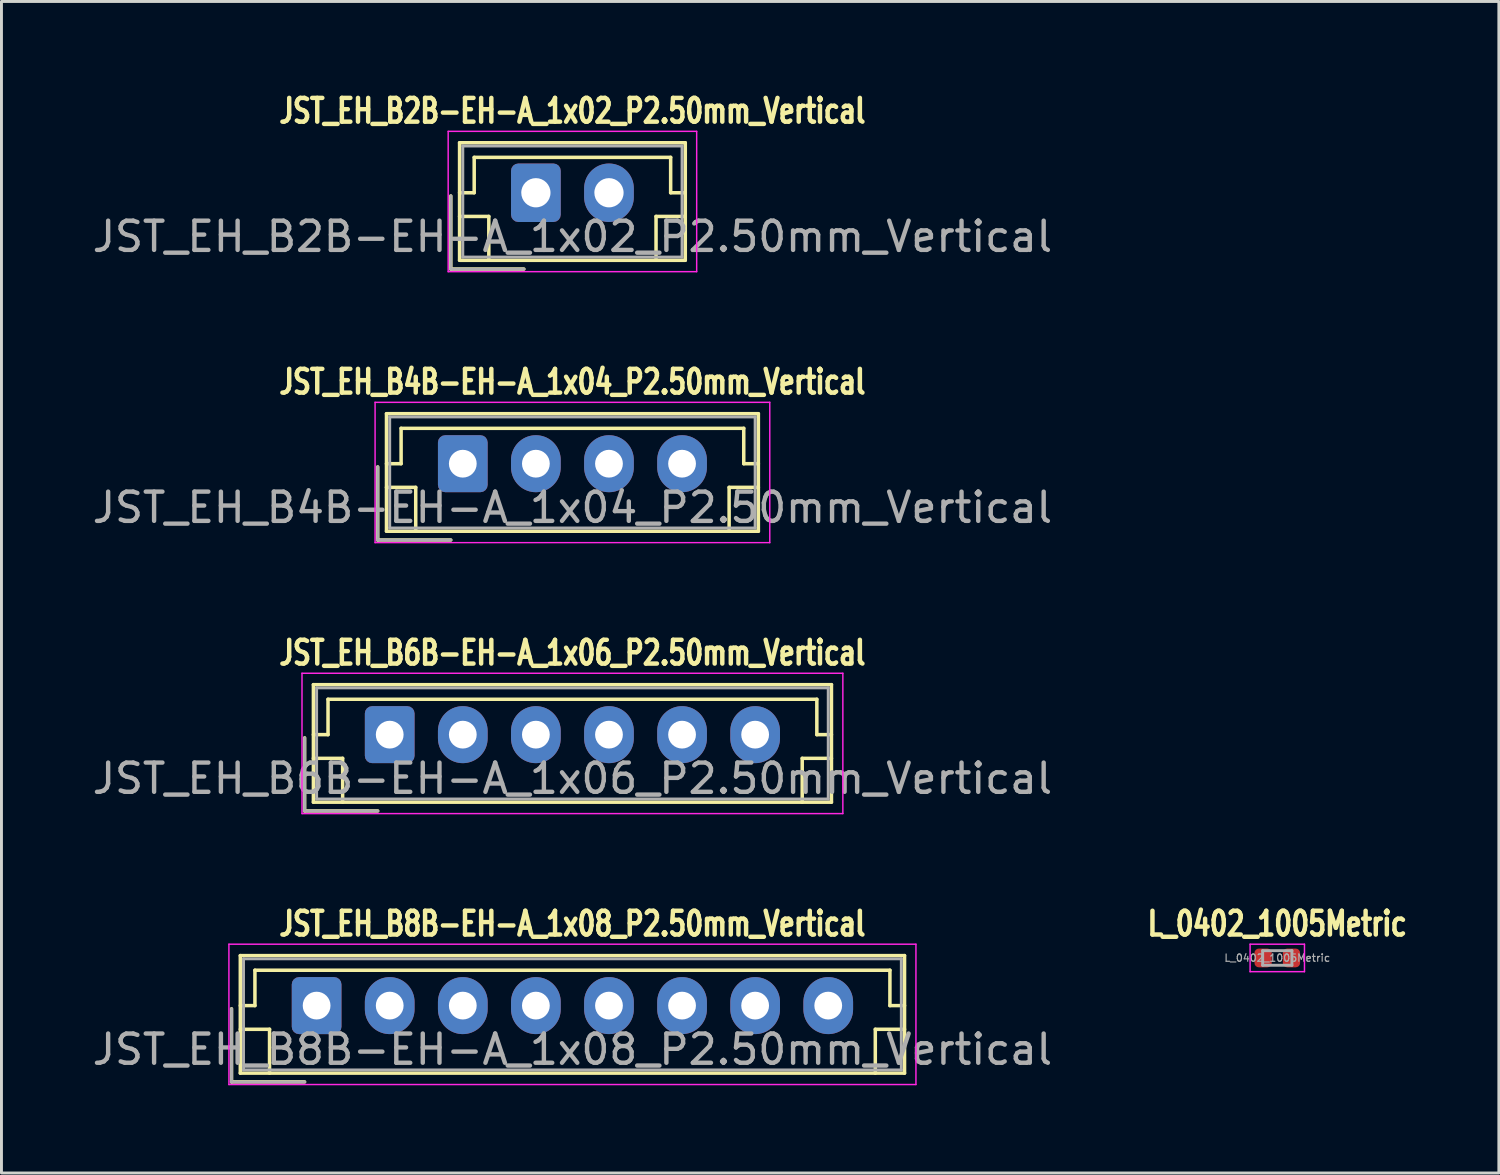
<source format=kicad_pcb>
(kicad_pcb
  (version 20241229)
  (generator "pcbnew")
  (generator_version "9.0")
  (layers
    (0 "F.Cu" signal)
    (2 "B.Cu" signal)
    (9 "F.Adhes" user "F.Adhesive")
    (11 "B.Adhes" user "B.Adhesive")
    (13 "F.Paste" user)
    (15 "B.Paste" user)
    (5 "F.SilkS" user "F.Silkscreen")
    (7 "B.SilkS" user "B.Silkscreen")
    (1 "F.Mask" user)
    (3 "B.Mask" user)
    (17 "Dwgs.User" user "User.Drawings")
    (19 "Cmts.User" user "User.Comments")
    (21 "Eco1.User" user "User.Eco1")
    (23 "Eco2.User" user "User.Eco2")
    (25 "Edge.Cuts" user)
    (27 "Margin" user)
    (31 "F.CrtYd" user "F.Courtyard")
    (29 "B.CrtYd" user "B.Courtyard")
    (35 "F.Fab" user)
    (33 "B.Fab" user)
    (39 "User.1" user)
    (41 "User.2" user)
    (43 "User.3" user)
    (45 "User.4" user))
  (footprint "JST_EH_B4B-EH-A_1x04_P2.50mm_Vertical"
    (layer "F.Cu")
    (at 12.78 12.811)
    (property "Reference" "JST_EH_B4B-EH-A_1x04_P2.50mm_Vertical" (at 3.75 -2.8 0) (layer "F.SilkS") (effects (font (size 0.813 0.61) (thickness 0.152))))
    (attr through_hole)
    (fp_line (start -2.91 0.11) (end -2.91 2.61) (stroke (width 0.12) (type solid)) (layer "F.SilkS"))
    (fp_line (start -2.91 2.61) (end -0.41 2.61) (stroke (width 0.12) (type solid)) (layer "F.SilkS"))
    (fp_line (start -2.61 -1.71) (end -2.61 2.31) (stroke (width 0.12) (type solid)) (layer "F.SilkS"))
    (fp_line (start -2.61 0) (end -2.11 0) (stroke (width 0.12) (type solid)) (layer "F.SilkS"))
    (fp_line (start -2.61 0.81) (end -1.61 0.81) (stroke (width 0.12) (type solid)) (layer "F.SilkS"))
    (fp_line (start -2.61 2.31) (end 10.11 2.31) (stroke (width 0.12) (type solid)) (layer "F.SilkS"))
    (fp_line (start -2.11 -1.21) (end 9.61 -1.21) (stroke (width 0.12) (type solid)) (layer "F.SilkS"))
    (fp_line (start -2.11 0) (end -2.11 -1.21) (stroke (width 0.12) (type solid)) (layer "F.SilkS"))
    (fp_line (start -1.61 0.81) (end -1.61 2.31) (stroke (width 0.12) (type solid)) (layer "F.SilkS"))
    (fp_line (start 9.11 0.81) (end 9.11 2.31) (stroke (width 0.12) (type solid)) (layer "F.SilkS"))
    (fp_line (start 9.61 -1.21) (end 9.61 0) (stroke (width 0.12) (type solid)) (layer "F.SilkS"))
    (fp_line (start 9.61 0) (end 10.11 0) (stroke (width 0.12) (type solid)) (layer "F.SilkS"))
    (fp_line (start 10.11 -1.71) (end -2.61 -1.71) (stroke (width 0.12) (type solid)) (layer "F.SilkS"))
    (fp_line (start 10.11 0.81) (end 9.11 0.81) (stroke (width 0.12) (type solid)) (layer "F.SilkS"))
    (fp_line (start 10.11 2.31) (end 10.11 -1.71) (stroke (width 0.12) (type solid)) (layer "F.SilkS"))
    (fp_line (start -3 -2.1) (end -3 2.7) (stroke (width 0.05) (type solid)) (layer "F.CrtYd"))
    (fp_line (start -3 2.7) (end 10.5 2.7) (stroke (width 0.05) (type solid)) (layer "F.CrtYd"))
    (fp_line (start 10.5 -2.1) (end -3 -2.1) (stroke (width 0.05) (type solid)) (layer "F.CrtYd"))
    (fp_line (start 10.5 2.7) (end 10.5 -2.1) (stroke (width 0.05) (type solid)) (layer "F.CrtYd"))
    (fp_line (start -2.91 0.11) (end -2.91 2.61) (stroke (width 0.1) (type solid)) (layer "F.Fab"))
    (fp_line (start -2.91 2.61) (end -0.41 2.61) (stroke (width 0.1) (type solid)) (layer "F.Fab"))
    (fp_line (start -2.5 -1.6) (end -2.5 2.2) (stroke (width 0.1) (type solid)) (layer "F.Fab"))
    (fp_line (start -2.5 2.2) (end 10 2.2) (stroke (width 0.1) (type solid)) (layer "F.Fab"))
    (fp_line (start 10 -1.6) (end -2.5 -1.6) (stroke (width 0.1) (type solid)) (layer "F.Fab"))
    (fp_line (start 10 2.2) (end 10 -1.6) (stroke (width 0.1) (type solid)) (layer "F.Fab"))
    (fp_text user "${REFERENCE}" (at 3.75 1.5 0) (layer "F.Fab") (effects (font (size 1 1) (thickness 0.15))))
    (pad "1" thru_hole roundrect (at 0 0) (size 1.7 1.95) (drill 0.95) (layers "*.Cu" "*.Mask") (roundrect_rratio 0.147))
    (pad "2" thru_hole oval (at 2.5 0) (size 1.7 1.95) (drill 0.95) (layers "*.Cu" "*.Mask"))
    (pad "3" thru_hole oval (at 5 0) (size 1.7 1.95) (drill 0.95) (layers "*.Cu" "*.Mask"))
    (pad "4" thru_hole oval (at 7.5 0) (size 1.7 1.95) (drill 0.95) (layers "*.Cu" "*.Mask")))
  (footprint "L_0402_1005Metric"
    (layer "F.Cu")
    (at 40.64 29.717)
    (property "Reference" "L_0402_1005Metric" (at 0 -1.17 0) (layer "F.SilkS") (effects (font (size 0.813 0.61) (thickness 0.152))))
    (attr smd)
    (fp_line (start -0.93 -0.47) (end 0.93 -0.47) (stroke (width 0.05) (type solid)) (layer "F.CrtYd"))
    (fp_line (start -0.93 0.47) (end -0.93 -0.47) (stroke (width 0.05) (type solid)) (layer "F.CrtYd"))
    (fp_line (start 0.93 -0.47) (end 0.93 0.47) (stroke (width 0.05) (type solid)) (layer "F.CrtYd"))
    (fp_line (start 0.93 0.47) (end -0.93 0.47) (stroke (width 0.05) (type solid)) (layer "F.CrtYd"))
    (fp_line (start -0.5 -0.25) (end 0.5 -0.25) (stroke (width 0.1) (type solid)) (layer "F.Fab"))
    (fp_line (start -0.5 0.25) (end -0.5 -0.25) (stroke (width 0.1) (type solid)) (layer "F.Fab"))
    (fp_line (start 0.5 -0.25) (end 0.5 0.25) (stroke (width 0.1) (type solid)) (layer "F.Fab"))
    (fp_line (start 0.5 0.25) (end -0.5 0.25) (stroke (width 0.1) (type solid)) (layer "F.Fab"))
    (fp_text user "${REFERENCE}" (at 0 0 0) (layer "F.Fab") (effects (font (size 0.25 0.25) (thickness 0.04))))
    (pad "1" smd roundrect (at -0.485 0) (size 0.59 0.64) (layers "F.Cu" "F.Mask" "F.Paste") (roundrect_rratio 0.25))
    (pad "2" smd roundrect (at 0.485 0) (size 0.59 0.64) (layers "F.Cu" "F.Mask" "F.Paste") (roundrect_rratio 0.25)))
  (footprint "JST_EH_B2B-EH-A_1x02_P2.50mm_Vertical"
    (layer "F.Cu")
    (at 15.28 3.543)
    (property "Reference" "JST_EH_B2B-EH-A_1x02_P2.50mm_Vertical" (at 1.25 -2.8 0) (layer "F.SilkS") (effects (font (size 0.813 0.61) (thickness 0.152))))
    (attr through_hole)
    (fp_line (start -2.91 0.11) (end -2.91 2.61) (stroke (width 0.12) (type solid)) (layer "F.SilkS"))
    (fp_line (start -2.91 2.61) (end -0.41 2.61) (stroke (width 0.12) (type solid)) (layer "F.SilkS"))
    (fp_line (start -2.61 -1.71) (end -2.61 2.31) (stroke (width 0.12) (type solid)) (layer "F.SilkS"))
    (fp_line (start -2.61 0) (end -2.11 0) (stroke (width 0.12) (type solid)) (layer "F.SilkS"))
    (fp_line (start -2.61 0.81) (end -1.61 0.81) (stroke (width 0.12) (type solid)) (layer "F.SilkS"))
    (fp_line (start -2.61 2.31) (end 5.11 2.31) (stroke (width 0.12) (type solid)) (layer "F.SilkS"))
    (fp_line (start -2.11 -1.21) (end 4.61 -1.21) (stroke (width 0.12) (type solid)) (layer "F.SilkS"))
    (fp_line (start -2.11 0) (end -2.11 -1.21) (stroke (width 0.12) (type solid)) (layer "F.SilkS"))
    (fp_line (start -1.61 0.81) (end -1.61 2.31) (stroke (width 0.12) (type solid)) (layer "F.SilkS"))
    (fp_line (start 4.11 0.81) (end 4.11 2.31) (stroke (width 0.12) (type solid)) (layer "F.SilkS"))
    (fp_line (start 4.61 -1.21) (end 4.61 0) (stroke (width 0.12) (type solid)) (layer "F.SilkS"))
    (fp_line (start 4.61 0) (end 5.11 0) (stroke (width 0.12) (type solid)) (layer "F.SilkS"))
    (fp_line (start 5.11 -1.71) (end -2.61 -1.71) (stroke (width 0.12) (type solid)) (layer "F.SilkS"))
    (fp_line (start 5.11 0.81) (end 4.11 0.81) (stroke (width 0.12) (type solid)) (layer "F.SilkS"))
    (fp_line (start 5.11 2.31) (end 5.11 -1.71) (stroke (width 0.12) (type solid)) (layer "F.SilkS"))
    (fp_line (start -3 -2.1) (end -3 2.7) (stroke (width 0.05) (type solid)) (layer "F.CrtYd"))
    (fp_line (start -3 2.7) (end 5.5 2.7) (stroke (width 0.05) (type solid)) (layer "F.CrtYd"))
    (fp_line (start 5.5 -2.1) (end -3 -2.1) (stroke (width 0.05) (type solid)) (layer "F.CrtYd"))
    (fp_line (start 5.5 2.7) (end 5.5 -2.1) (stroke (width 0.05) (type solid)) (layer "F.CrtYd"))
    (fp_line (start -2.91 0.11) (end -2.91 2.61) (stroke (width 0.1) (type solid)) (layer "F.Fab"))
    (fp_line (start -2.91 2.61) (end -0.41 2.61) (stroke (width 0.1) (type solid)) (layer "F.Fab"))
    (fp_line (start -2.5 -1.6) (end -2.5 2.2) (stroke (width 0.1) (type solid)) (layer "F.Fab"))
    (fp_line (start -2.5 2.2) (end 5 2.2) (stroke (width 0.1) (type solid)) (layer "F.Fab"))
    (fp_line (start 5 -1.6) (end -2.5 -1.6) (stroke (width 0.1) (type solid)) (layer "F.Fab"))
    (fp_line (start 5 2.2) (end 5 -1.6) (stroke (width 0.1) (type solid)) (layer "F.Fab"))
    (fp_text user "${REFERENCE}" (at 1.25 1.5 0) (layer "F.Fab") (effects (font (size 1 1) (thickness 0.15))))
    (pad "1" thru_hole roundrect (at 0 0) (size 1.7 2) (drill 1) (layers "*.Cu" "*.Mask") (roundrect_rratio 0.147))
    (pad "2" thru_hole oval (at 2.5 0) (size 1.7 2) (drill 1) (layers "*.Cu" "*.Mask")))
  (footprint "JST_EH_B6B-EH-A_1x06_P2.50mm_Vertical"
    (layer "F.Cu")
    (at 10.28 22.079)
    (property "Reference" "JST_EH_B6B-EH-A_1x06_P2.50mm_Vertical" (at 6.25 -2.8 0) (layer "F.SilkS") (effects (font (size 0.813 0.61) (thickness 0.152))))
    (attr through_hole)
    (fp_line (start -2.91 0.11) (end -2.91 2.61) (stroke (width 0.12) (type solid)) (layer "F.SilkS"))
    (fp_line (start -2.91 2.61) (end -0.41 2.61) (stroke (width 0.12) (type solid)) (layer "F.SilkS"))
    (fp_line (start -2.61 -1.71) (end -2.61 2.31) (stroke (width 0.12) (type solid)) (layer "F.SilkS"))
    (fp_line (start -2.61 0) (end -2.11 0) (stroke (width 0.12) (type solid)) (layer "F.SilkS"))
    (fp_line (start -2.61 0.81) (end -1.61 0.81) (stroke (width 0.12) (type solid)) (layer "F.SilkS"))
    (fp_line (start -2.61 2.31) (end 15.11 2.31) (stroke (width 0.12) (type solid)) (layer "F.SilkS"))
    (fp_line (start -2.11 -1.21) (end 14.61 -1.21) (stroke (width 0.12) (type solid)) (layer "F.SilkS"))
    (fp_line (start -2.11 0) (end -2.11 -1.21) (stroke (width 0.12) (type solid)) (layer "F.SilkS"))
    (fp_line (start -1.61 0.81) (end -1.61 2.31) (stroke (width 0.12) (type solid)) (layer "F.SilkS"))
    (fp_line (start 14.11 0.81) (end 14.11 2.31) (stroke (width 0.12) (type solid)) (layer "F.SilkS"))
    (fp_line (start 14.61 -1.21) (end 14.61 0) (stroke (width 0.12) (type solid)) (layer "F.SilkS"))
    (fp_line (start 14.61 0) (end 15.11 0) (stroke (width 0.12) (type solid)) (layer "F.SilkS"))
    (fp_line (start 15.11 -1.71) (end -2.61 -1.71) (stroke (width 0.12) (type solid)) (layer "F.SilkS"))
    (fp_line (start 15.11 0.81) (end 14.11 0.81) (stroke (width 0.12) (type solid)) (layer "F.SilkS"))
    (fp_line (start 15.11 2.31) (end 15.11 -1.71) (stroke (width 0.12) (type solid)) (layer "F.SilkS"))
    (fp_line (start -3 -2.1) (end -3 2.7) (stroke (width 0.05) (type solid)) (layer "F.CrtYd"))
    (fp_line (start -3 2.7) (end 15.5 2.7) (stroke (width 0.05) (type solid)) (layer "F.CrtYd"))
    (fp_line (start 15.5 -2.1) (end -3 -2.1) (stroke (width 0.05) (type solid)) (layer "F.CrtYd"))
    (fp_line (start 15.5 2.7) (end 15.5 -2.1) (stroke (width 0.05) (type solid)) (layer "F.CrtYd"))
    (fp_line (start -2.91 0.11) (end -2.91 2.61) (stroke (width 0.1) (type solid)) (layer "F.Fab"))
    (fp_line (start -2.91 2.61) (end -0.41 2.61) (stroke (width 0.1) (type solid)) (layer "F.Fab"))
    (fp_line (start -2.5 -1.6) (end -2.5 2.2) (stroke (width 0.1) (type solid)) (layer "F.Fab"))
    (fp_line (start -2.5 2.2) (end 15 2.2) (stroke (width 0.1) (type solid)) (layer "F.Fab"))
    (fp_line (start 15 -1.6) (end -2.5 -1.6) (stroke (width 0.1) (type solid)) (layer "F.Fab"))
    (fp_line (start 15 2.2) (end 15 -1.6) (stroke (width 0.1) (type solid)) (layer "F.Fab"))
    (fp_text user "${REFERENCE}" (at 6.25 1.5 0) (layer "F.Fab") (effects (font (size 1 1) (thickness 0.15))))
    (pad "1" thru_hole roundrect (at 0 0) (size 1.7 1.95) (drill 0.95) (layers "*.Cu" "*.Mask") (roundrect_rratio 0.147))
    (pad "2" thru_hole oval (at 2.5 0) (size 1.7 1.95) (drill 0.95) (layers "*.Cu" "*.Mask"))
    (pad "3" thru_hole oval (at 5 0) (size 1.7 1.95) (drill 0.95) (layers "*.Cu" "*.Mask"))
    (pad "4" thru_hole oval (at 7.5 0) (size 1.7 1.95) (drill 0.95) (layers "*.Cu" "*.Mask"))
    (pad "5" thru_hole oval (at 10 0) (size 1.7 1.95) (drill 0.95) (layers "*.Cu" "*.Mask"))
    (pad "6" thru_hole oval (at 12.5 0) (size 1.7 1.95) (drill 0.95) (layers "*.Cu" "*.Mask")))
  (footprint "JST_EH_B8B-EH-A_1x08_P2.50mm_Vertical"
    (layer "F.Cu")
    (at 7.78 31.347)
    (property "Reference" "JST_EH_B8B-EH-A_1x08_P2.50mm_Vertical" (at 8.75 -2.8 0) (layer "F.SilkS") (effects (font (size 0.813 0.61) (thickness 0.152))))
    (attr through_hole)
    (fp_line (start -2.91 0.11) (end -2.91 2.61) (stroke (width 0.12) (type solid)) (layer "F.SilkS"))
    (fp_line (start -2.91 2.61) (end -0.41 2.61) (stroke (width 0.12) (type solid)) (layer "F.SilkS"))
    (fp_line (start -2.61 -1.71) (end -2.61 2.31) (stroke (width 0.12) (type solid)) (layer "F.SilkS"))
    (fp_line (start -2.61 0) (end -2.11 0) (stroke (width 0.12) (type solid)) (layer "F.SilkS"))
    (fp_line (start -2.61 0.81) (end -1.61 0.81) (stroke (width 0.12) (type solid)) (layer "F.SilkS"))
    (fp_line (start -2.61 2.31) (end 20.11 2.31) (stroke (width 0.12) (type solid)) (layer "F.SilkS"))
    (fp_line (start -2.11 -1.21) (end 19.61 -1.21) (stroke (width 0.12) (type solid)) (layer "F.SilkS"))
    (fp_line (start -2.11 0) (end -2.11 -1.21) (stroke (width 0.12) (type solid)) (layer "F.SilkS"))
    (fp_line (start -1.61 0.81) (end -1.61 2.31) (stroke (width 0.12) (type solid)) (layer "F.SilkS"))
    (fp_line (start 19.11 0.81) (end 19.11 2.31) (stroke (width 0.12) (type solid)) (layer "F.SilkS"))
    (fp_line (start 19.61 -1.21) (end 19.61 0) (stroke (width 0.12) (type solid)) (layer "F.SilkS"))
    (fp_line (start 19.61 0) (end 20.11 0) (stroke (width 0.12) (type solid)) (layer "F.SilkS"))
    (fp_line (start 20.11 -1.71) (end -2.61 -1.71) (stroke (width 0.12) (type solid)) (layer "F.SilkS"))
    (fp_line (start 20.11 0.81) (end 19.11 0.81) (stroke (width 0.12) (type solid)) (layer "F.SilkS"))
    (fp_line (start 20.11 2.31) (end 20.11 -1.71) (stroke (width 0.12) (type solid)) (layer "F.SilkS"))
    (fp_line (start -3 -2.1) (end -3 2.7) (stroke (width 0.05) (type solid)) (layer "F.CrtYd"))
    (fp_line (start -3 2.7) (end 20.5 2.7) (stroke (width 0.05) (type solid)) (layer "F.CrtYd"))
    (fp_line (start 20.5 -2.1) (end -3 -2.1) (stroke (width 0.05) (type solid)) (layer "F.CrtYd"))
    (fp_line (start 20.5 2.7) (end 20.5 -2.1) (stroke (width 0.05) (type solid)) (layer "F.CrtYd"))
    (fp_line (start -2.91 0.11) (end -2.91 2.61) (stroke (width 0.1) (type solid)) (layer "F.Fab"))
    (fp_line (start -2.91 2.61) (end -0.41 2.61) (stroke (width 0.1) (type solid)) (layer "F.Fab"))
    (fp_line (start -2.5 -1.6) (end -2.5 2.2) (stroke (width 0.1) (type solid)) (layer "F.Fab"))
    (fp_line (start -2.5 2.2) (end 20 2.2) (stroke (width 0.1) (type solid)) (layer "F.Fab"))
    (fp_line (start 20 -1.6) (end -2.5 -1.6) (stroke (width 0.1) (type solid)) (layer "F.Fab"))
    (fp_line (start 20 2.2) (end 20 -1.6) (stroke (width 0.1) (type solid)) (layer "F.Fab"))
    (fp_text user "${REFERENCE}" (at 8.75 1.5 0) (layer "F.Fab") (effects (font (size 1 1) (thickness 0.15))))
    (pad "1" thru_hole roundrect (at 0 0) (size 1.7 1.95) (drill 0.95) (layers "*.Cu" "*.Mask") (roundrect_rratio 0.147))
    (pad "2" thru_hole oval (at 2.5 0) (size 1.7 1.95) (drill 0.95) (layers "*.Cu" "*.Mask"))
    (pad "3" thru_hole oval (at 5 0) (size 1.7 1.95) (drill 0.95) (layers "*.Cu" "*.Mask"))
    (pad "4" thru_hole oval (at 7.5 0) (size 1.7 1.95) (drill 0.95) (layers "*.Cu" "*.Mask"))
    (pad "5" thru_hole oval (at 10 0) (size 1.7 1.95) (drill 0.95) (layers "*.Cu" "*.Mask"))
    (pad "6" thru_hole oval (at 12.5 0) (size 1.7 1.95) (drill 0.95) (layers "*.Cu" "*.Mask"))
    (pad "7" thru_hole oval (at 15 0) (size 1.7 1.95) (drill 0.95) (layers "*.Cu" "*.Mask"))
    (pad "8" thru_hole oval (at 17.5 0) (size 1.7 1.95) (drill 0.95) (layers "*.Cu" "*.Mask")))
  (gr_rect
    (start -3 -3)
    (end 48.219 37.072)
    (stroke (width 0.1) (type default))
    (fill no)
    (layer "Edge.Cuts")))
</source>
